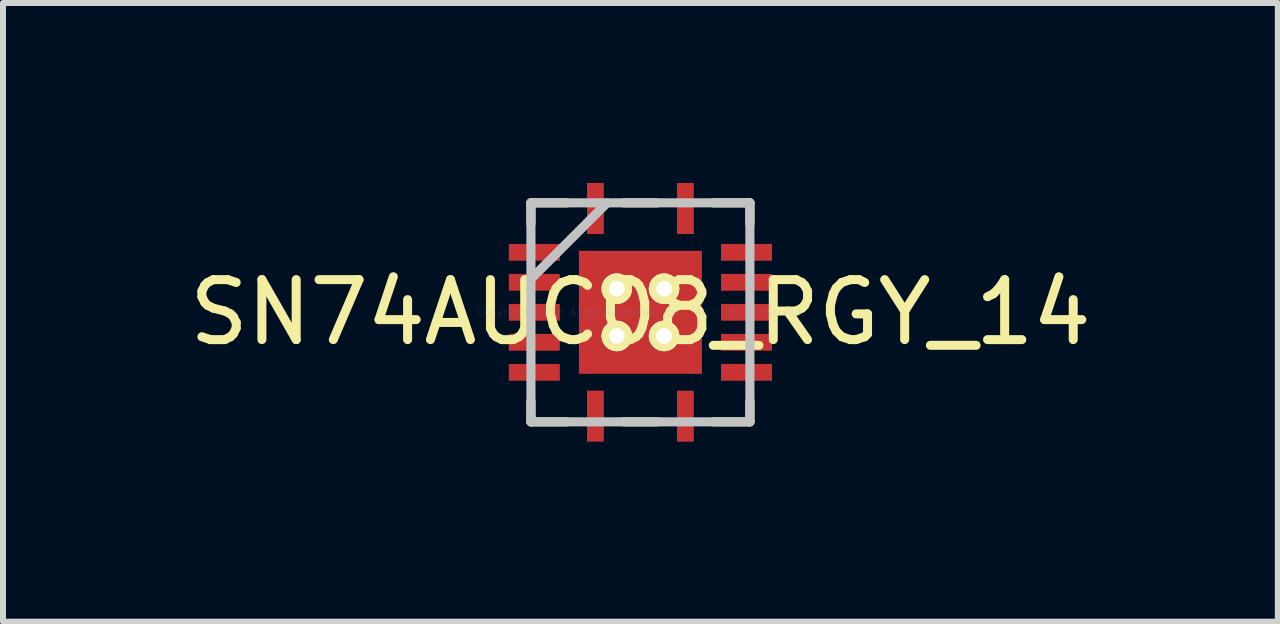
<source format=kicad_pcb>
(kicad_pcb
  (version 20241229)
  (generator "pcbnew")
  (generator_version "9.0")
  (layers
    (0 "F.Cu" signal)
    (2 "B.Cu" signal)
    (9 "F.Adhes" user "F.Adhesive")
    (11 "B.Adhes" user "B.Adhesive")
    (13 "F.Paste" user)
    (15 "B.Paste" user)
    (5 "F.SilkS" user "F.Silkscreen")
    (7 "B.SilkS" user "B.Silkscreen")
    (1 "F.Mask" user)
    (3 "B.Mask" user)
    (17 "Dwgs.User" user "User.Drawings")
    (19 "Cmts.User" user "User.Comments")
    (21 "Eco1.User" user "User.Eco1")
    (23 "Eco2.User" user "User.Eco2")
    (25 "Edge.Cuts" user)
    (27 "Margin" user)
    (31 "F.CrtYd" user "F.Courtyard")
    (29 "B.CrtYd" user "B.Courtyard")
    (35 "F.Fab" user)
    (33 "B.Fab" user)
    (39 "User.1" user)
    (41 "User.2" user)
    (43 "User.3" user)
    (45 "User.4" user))
  (footprint "SN74AUC08_RGY_14"
    (layer "F.Cu")
    (at 7.625 2.156)
    (property "Reference" "SN74AUC08_RGY_14" (at 0 0 0) (layer "F.SilkS") (effects (font (size 1 1) (thickness 0.15))))
    (attr through_hole)
    (fp_line (start -1.825 -1.825) (end -1.825 -1.473) (stroke (width 0.152) (type solid)) (layer "F.SilkS"))
    (fp_line (start -1.825 1.473) (end -1.825 1.825) (stroke (width 0.152) (type solid)) (layer "F.SilkS"))
    (fp_line (start -1.825 1.825) (end -1.223 1.825) (stroke (width 0.152) (type solid)) (layer "F.SilkS"))
    (fp_line (start -1.223 -1.825) (end -1.825 -1.825) (stroke (width 0.152) (type solid)) (layer "F.SilkS"))
    (fp_line (start -0.277 1.825) (end 0.277 1.825) (stroke (width 0.152) (type solid)) (layer "F.SilkS"))
    (fp_line (start 0.277 -1.825) (end -0.277 -1.825) (stroke (width 0.152) (type solid)) (layer "F.SilkS"))
    (fp_line (start 1.223 1.825) (end 1.825 1.825) (stroke (width 0.152) (type solid)) (layer "F.SilkS"))
    (fp_line (start 1.825 -1.825) (end 1.223 -1.825) (stroke (width 0.152) (type solid)) (layer "F.SilkS"))
    (fp_line (start 1.825 -1.473) (end 1.825 -1.825) (stroke (width 0.152) (type solid)) (layer "F.SilkS"))
    (fp_line (start 1.825 1.825) (end 1.825 1.473) (stroke (width 0.152) (type solid)) (layer "F.SilkS"))
    (fp_line (start -1.825 -1.825) (end -1.825 1.825) (stroke (width 0.152) (type solid)) (layer "Dwgs.User"))
    (fp_line (start -1.825 -0.555) (end -0.555 -1.825) (stroke (width 0.152) (type solid)) (layer "Dwgs.User"))
    (fp_line (start -1.825 1.825) (end 1.825 1.825) (stroke (width 0.152) (type solid)) (layer "Dwgs.User"))
    (fp_line (start 1.825 -1.825) (end -1.825 -1.825) (stroke (width 0.152) (type solid)) (layer "Dwgs.User"))
    (fp_line (start 1.825 1.825) (end 1.825 -1.825) (stroke (width 0.152) (type solid)) (layer "Dwgs.User"))
    (fp_text user "Copyright 2016 Accelerated Designs. All rights reserved." (at 0 0 0) (layer "Cmts.User") (effects (font (size 0.127 0.127) (thickness 0.002))))
    (pad "" smd circle (at -1.769 -1 90) (size 0.025 0.025) (layers "F.Paste"))
    (pad "" smd circle (at -1.769 -0.5 90) (size 0.025 0.025) (layers "F.Paste"))
    (pad "" smd circle (at -1.769 0 90) (size 0.025 0.025) (layers "F.Paste"))
    (pad "" smd circle (at -1.769 0.5 90) (size 0.025 0.025) (layers "F.Paste"))
    (pad "" smd circle (at -1.769 1 90) (size 0.025 0.025) (layers "F.Paste"))
    (pad "" smd circle (at -0.75 -1.731) (size 0.025 0.025) (layers "F.Paste"))
    (pad "" smd circle (at -0.75 1.731) (size 0.025 0.025) (layers "F.Paste"))
    (pad "" smd rect (at 0 0) (size 0.025 0.025) (layers "F.Mask"))
    (pad "" smd rect (at 0 0) (size 0.025 0.025) (layers "F.Paste"))
    (pad "" smd circle (at 0.75 -1.731) (size 0.025 0.025) (layers "F.Paste"))
    (pad "" smd circle (at 0.75 1.731) (size 0.025 0.025) (layers "F.Paste"))
    (pad "" smd circle (at 1.769 -1 90) (size 0.025 0.025) (layers "F.Paste"))
    (pad "" smd circle (at 1.769 -0.5 90) (size 0.025 0.025) (layers "F.Paste"))
    (pad "" smd circle (at 1.769 0 90) (size 0.025 0.025) (layers "F.Paste"))
    (pad "" smd circle (at 1.769 0.5 90) (size 0.025 0.025) (layers "F.Paste"))
    (pad "" smd circle (at 1.769 1 90) (size 0.025 0.025) (layers "F.Paste"))
    (pad "1" smd rect (at -0.75 -1.731) (size 0.28 0.85) (layers "F.Cu"))
    (pad "2" smd rect (at -1.769 -1 90) (size 0.28 0.85) (layers "F.Cu"))
    (pad "3" smd rect (at -1.769 -0.5 90) (size 0.28 0.85) (layers "F.Cu"))
    (pad "4" smd rect (at -1.769 0 90) (size 0.28 0.85) (layers "F.Cu"))
    (pad "5" smd rect (at -1.769 0.5 90) (size 0.28 0.85) (layers "F.Cu"))
    (pad "6" smd rect (at -1.769 1 90) (size 0.28 0.85) (layers "F.Cu"))
    (pad "7" smd rect (at -0.75 1.731) (size 0.28 0.85) (layers "F.Cu"))
    (pad "8" smd rect (at 0.75 1.731) (size 0.28 0.85) (layers "F.Cu"))
    (pad "9" smd rect (at 1.769 1 90) (size 0.28 0.85) (layers "F.Cu"))
    (pad "10" smd rect (at 1.769 0.5 90) (size 0.28 0.85) (layers "F.Cu"))
    (pad "11" smd rect (at 1.769 0 90) (size 0.28 0.85) (layers "F.Cu"))
    (pad "12" smd rect (at 1.769 -0.5 90) (size 0.28 0.85) (layers "F.Cu"))
    (pad "13" smd rect (at 1.769 -1 90) (size 0.28 0.85) (layers "F.Cu"))
    (pad "14" smd rect (at 0.75 -1.731) (size 0.28 0.85) (layers "F.Cu"))
    (pad "15" smd rect (at 0 0) (size 2.05 2.05) (layers "F.Cu"))
    (pad "V" thru_hole circle (at -0.394 -0.394) (size 0.508 0.508) (drill 0.254) (layers "*.Cu" "F.SilkS"))
    (pad "V" thru_hole circle (at -0.394 -0.394) (size 0.508 0.508) (drill 0.254) (layers "*.Cu" "F.SilkS"))
    (pad "V" thru_hole circle (at -0.394 0.394) (size 0.508 0.508) (drill 0.254) (layers "*.Cu" "F.SilkS"))
    (pad "V" thru_hole circle (at -0.394 0.394) (size 0.508 0.508) (drill 0.254) (layers "*.Cu" "F.SilkS"))
    (pad "V" thru_hole circle (at 0.394 -0.394) (size 0.508 0.508) (drill 0.254) (layers "*.Cu" "F.SilkS"))
    (pad "V" thru_hole circle (at 0.394 -0.394) (size 0.508 0.508) (drill 0.254) (layers "*.Cu" "F.SilkS"))
    (pad "V" thru_hole circle (at 0.394 0.394) (size 0.508 0.508) (drill 0.254) (layers "*.Cu" "F.SilkS"))
    (pad "V" thru_hole circle (at 0.394 0.394) (size 0.508 0.508) (drill 0.254) (layers "*.Cu" "F.SilkS")))
  (gr_rect
    (start -3 -3)
    (end 18.25 7.312)
    (stroke (width 0.1) (type default))
    (fill no)
    (layer "Edge.Cuts")))
</source>
